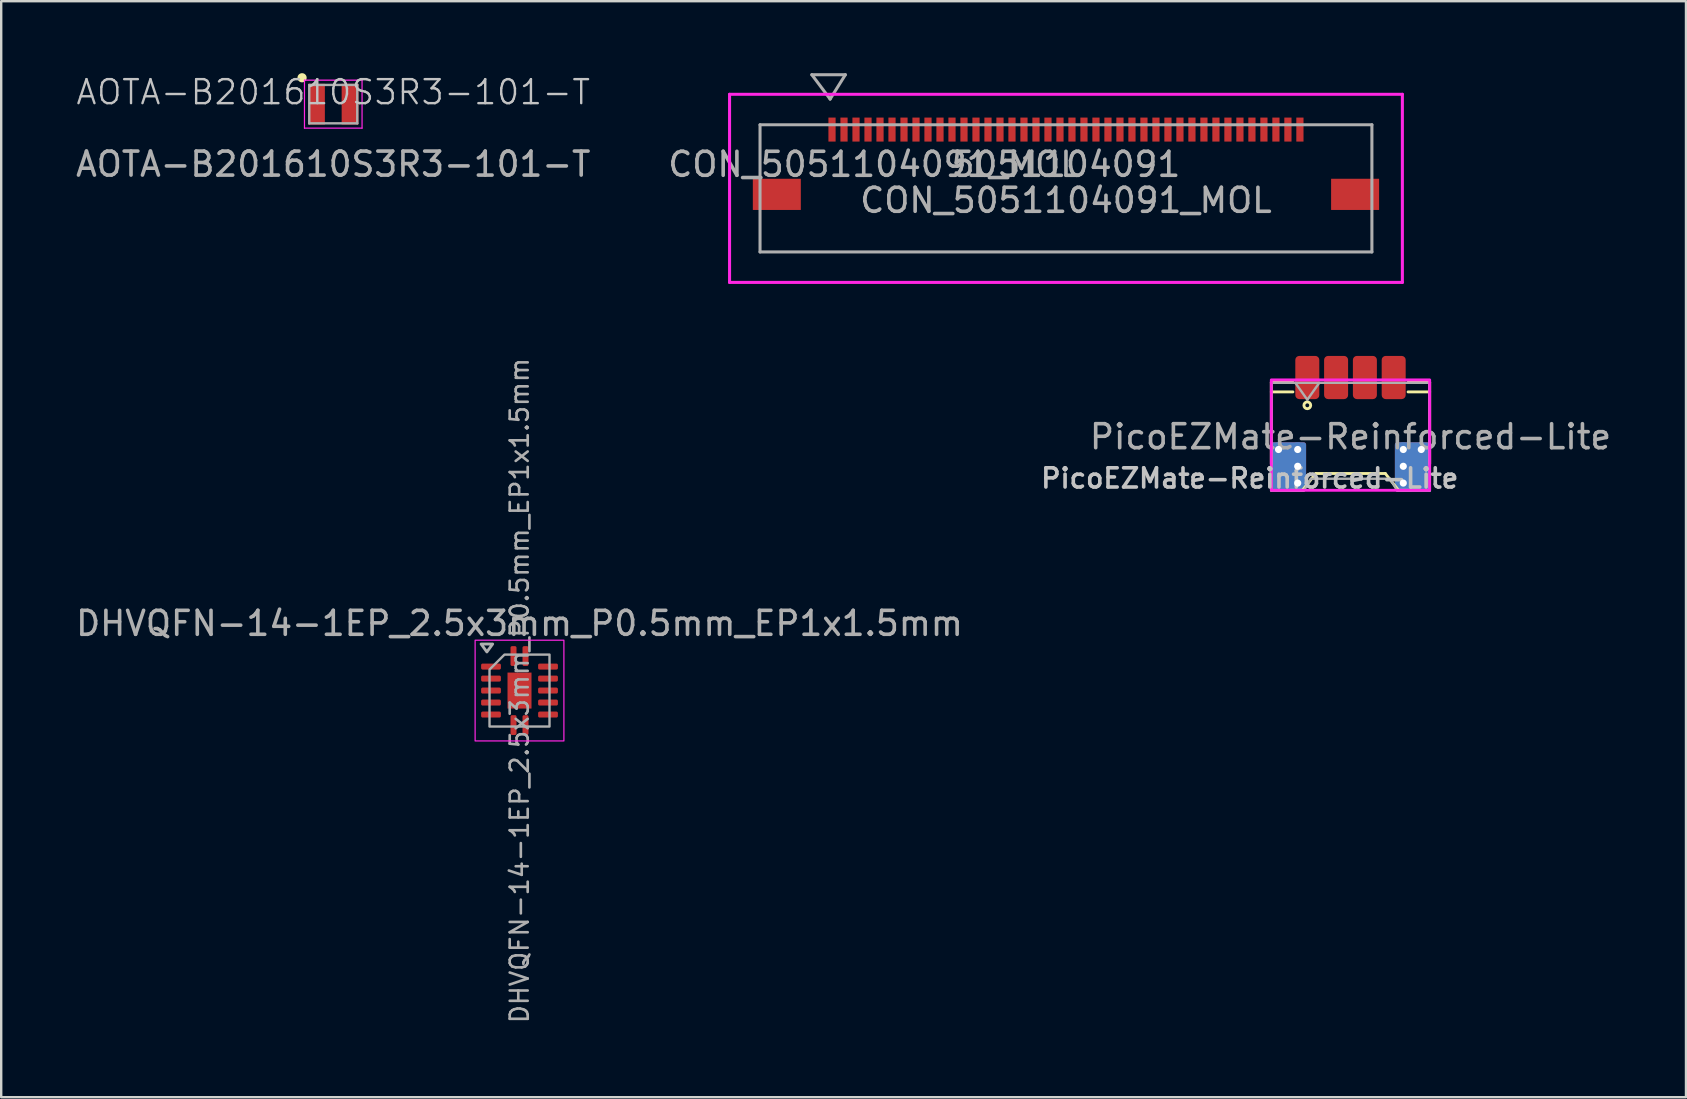
<source format=kicad_pcb>
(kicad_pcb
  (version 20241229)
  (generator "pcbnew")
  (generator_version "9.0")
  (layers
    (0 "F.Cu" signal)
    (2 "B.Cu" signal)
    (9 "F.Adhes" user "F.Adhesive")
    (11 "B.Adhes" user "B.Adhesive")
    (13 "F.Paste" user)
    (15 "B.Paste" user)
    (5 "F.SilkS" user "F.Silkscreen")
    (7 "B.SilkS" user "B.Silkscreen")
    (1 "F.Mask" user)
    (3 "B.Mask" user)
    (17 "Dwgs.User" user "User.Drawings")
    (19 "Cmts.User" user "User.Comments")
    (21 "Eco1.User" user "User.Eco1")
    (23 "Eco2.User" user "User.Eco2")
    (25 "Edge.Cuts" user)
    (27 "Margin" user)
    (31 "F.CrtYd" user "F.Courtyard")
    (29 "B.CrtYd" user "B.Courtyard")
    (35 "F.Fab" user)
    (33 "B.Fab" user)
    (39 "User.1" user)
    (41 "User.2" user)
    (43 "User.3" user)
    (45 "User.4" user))
  (footprint "PicoEZMate-Reinforced-Lite"
    (layer "F.Cu")
    (at 53.233 14.883)
    (property "Reference" "PicoEZMate-Reinforced-Lite" (at -4.2 2 0) (layer "Dwgs.User") (effects (font (size 0.8 0.8) (thickness 0.15))))
    (attr smd)
    (fp_line (start -3.3 -2) (end -3.3 1.4) (stroke (width 0.12) (type solid)) (layer "F.SilkS"))
    (fp_line (start -3.3 -2) (end -2.4 -2) (stroke (width 0.12) (type solid)) (layer "F.SilkS"))
    (fp_line (start -2.4 -1.6) (end -3.3 -1.6) (stroke (width 0.12) (type solid)) (layer "F.SilkS"))
    (fp_line (start -2 2.5) (end -2.5 2.5) (stroke (width 0.12) (type solid)) (layer "F.SilkS"))
    (fp_line (start -1.45 1.8) (end -2 2.5) (stroke (width 0.12) (type solid)) (layer "F.SilkS"))
    (fp_line (start 1.45 1.8) (end -1.45 1.8) (stroke (width 0.12) (type solid)) (layer "F.SilkS"))
    (fp_line (start 2 2.5) (end 1.45 1.8) (stroke (width 0.12) (type solid)) (layer "F.SilkS"))
    (fp_line (start 2 2.5) (end 2.5 2.5) (stroke (width 0.12) (type solid)) (layer "F.SilkS"))
    (fp_line (start 2.4 -2) (end 3.3 -2) (stroke (width 0.12) (type solid)) (layer "F.SilkS"))
    (fp_line (start 3.3 -2) (end 3.3 1.4) (stroke (width 0.12) (type solid)) (layer "F.SilkS"))
    (fp_line (start 3.3 -1.6) (end 2.4 -1.6) (stroke (width 0.12) (type solid)) (layer "F.SilkS"))
    (fp_circle (center -1.8 -1.041) (end -1.7 -1.141) (stroke (width 0.12) (type solid)) (fill no) (layer "F.SilkS"))
    (fp_rect (start -3.3 -2.1) (end 3.3 2.5) (stroke (width 0.12) (type solid)) (fill no) (layer "F.CrtYd"))
    (fp_line (start -3.3 -1.98) (end -3.3 2.52) (stroke (width 0.1) (type solid)) (layer "F.Fab"))
    (fp_line (start -3.3 -1.98) (end 3.3 -1.98) (stroke (width 0.1) (type solid)) (layer "F.Fab"))
    (fp_line (start -3.3 2.52) (end -1.95 2.52) (stroke (width 0.1) (type solid)) (layer "F.Fab"))
    (fp_line (start -2.3 -1.98) (end -1.8 -1.273) (stroke (width 0.1) (type solid)) (layer "F.Fab"))
    (fp_line (start -1.95 2.52) (end -1.65 2.02) (stroke (width 0.1) (type solid)) (layer "F.Fab"))
    (fp_line (start -1.8 -1.273) (end -1.3 -1.98) (stroke (width 0.1) (type solid)) (layer "F.Fab"))
    (fp_line (start -1.65 2.02) (end 1.65 2.02) (stroke (width 0.1) (type solid)) (layer "F.Fab"))
    (fp_line (start 1.65 2.02) (end 1.95 2.52) (stroke (width 0.1) (type solid)) (layer "F.Fab"))
    (fp_line (start 1.95 2.52) (end 3.3 2.52) (stroke (width 0.1) (type solid)) (layer "F.Fab"))
    (fp_line (start 3.3 -1.98) (end 3.3 2.52) (stroke (width 0.1) (type solid)) (layer "F.Fab"))
    (fp_text user "${REFERENCE}" (at 0 0.27 0) (layer "F.Fab") (effects (font (size 1 1) (thickness 0.15))))
    (pad "" smd roundrect (at -2.95 2) (size 0.7 1) (layers "F.Mask" "F.Paste") (roundrect_rratio 0.143))
    (pad "" smd roundrect (at -1.8 -2) (size 0.75 1.2) (layers "F.Mask" "F.Paste") (roundrect_rratio 0.167))
    (pad "" smd roundrect (at -0.6 -2) (size 0.75 1.2) (layers "F.Mask" "F.Paste") (roundrect_rratio 0.167))
    (pad "" smd roundrect (at 0.6 -2) (size 0.75 1.2) (layers "F.Mask" "F.Paste") (roundrect_rratio 0.167))
    (pad "" smd roundrect (at 1.8 -2) (size 0.75 1.2) (layers "F.Mask" "F.Paste") (roundrect_rratio 0.167))
    (pad "" smd roundrect (at 2.95 2) (size 0.7 1) (layers "F.Mask" "F.Paste") (roundrect_rratio 0.143))
    (pad "1" smd roundrect (at -1.8 -2.2) (size 1 1.8) (layers "F.Cu") (roundrect_rratio 0.167))
    (pad "2" smd roundrect (at -0.6 -2.2) (size 1 1.8) (layers "F.Cu") (roundrect_rratio 0.167))
    (pad "3" smd roundrect (at 0.6 -2.2) (size 1 1.8) (layers "F.Cu") (roundrect_rratio 0.167))
    (pad "4" smd roundrect (at 1.8 -2.2) (size 1 1.8) (layers "F.Cu") (roundrect_rratio 0.167))
    (pad "MP" thru_hole circle (at -3 0.8) (size 0.6 0.6) (drill 0.3) (layers "*.Cu"))
    (pad "MP" smd roundrect (at -2.575 1.5) (size 1.45 2) (layers "F.Cu") (roundrect_rratio 0.069))
    (pad "MP" smd roundrect (at -2.575 1.5) (size 1.45 2) (layers "B.Cu") (roundrect_rratio 0.069))
    (pad "MP" thru_hole circle (at -2.2 0.8) (size 0.6 0.6) (drill 0.3) (layers "*.Cu"))
    (pad "MP" thru_hole circle (at -2.2 1.5) (size 0.6 0.6) (drill 0.3) (layers "*.Cu"))
    (pad "MP" thru_hole circle (at -2.2 2.2) (size 0.6 0.6) (drill 0.3) (layers "*.Cu"))
    (pad "MP" thru_hole circle (at 2.2 0.8) (size 0.6 0.6) (drill 0.3) (layers "*.Cu"))
    (pad "MP" thru_hole circle (at 2.2 1.5) (size 0.6 0.6) (drill 0.3) (layers "*.Cu"))
    (pad "MP" thru_hole circle (at 2.2 2.2) (size 0.6 0.6) (drill 0.3) (layers "*.Cu"))
    (pad "MP" smd roundrect (at 2.575 1.5) (size 1.45 2) (layers "F.Cu") (roundrect_rratio 0.069))
    (pad "MP" smd roundrect (at 2.575 1.5) (size 1.45 2) (layers "B.Cu") (roundrect_rratio 0.069))
    (pad "MP" thru_hole circle (at 2.95 0.8) (size 0.6 0.6) (drill 0.3) (layers "*.Cu")))
  (footprint "DHVQFN-14-1EP_2.5x3mm_P0.5mm_EP1x1.5mm"
    (layer "F.Cu")
    (at 18.601 25.73)
    (property "Reference" "DHVQFN-14-1EP_2.5x3mm_P0.5mm_EP1x1.5mm" (at 0 -2.8 0) (layer "F.Fab") (effects (font (size 1 1) (thickness 0.15))))
    (attr smd)
    (fp_rect (start -1.85 -2.1) (end 1.85 2.1) (stroke (width 0.05) (type solid)) (fill no) (layer "F.CrtYd"))
    (fp_poly (pts (xy -1.36 -1.61) (xy -1.6 -1.94) (xy -1.12 -1.94)) (stroke (width 0.12) (type solid)) (fill no) (layer "F.Fab"))
    (fp_poly (pts (xy -1.25 -0.875) (xy -1.25 1.5) (xy 1.25 1.5) (xy 1.25 -1.5) (xy -0.625 -1.5)) (stroke (width 0.1) (type solid)) (fill no) (layer "F.Fab"))
    (fp_text user "${REFERENCE}" (at 0 0 90) (layer "F.Fab") (effects (font (size 0.75 0.75) (thickness 0.11))))
    (pad "" smd roundrect (at 0 0) (size 0.81 1.21) (layers "F.Paste") (roundrect_rratio 0.25))
    (pad "1" smd roundrect (at -0.25 -1.438) (size 0.25 0.825) (layers "F.Cu" "F.Mask" "F.Paste") (roundrect_rratio 0.25))
    (pad "2" smd roundrect (at -1.188 -1) (size 0.825 0.25) (layers "F.Cu" "F.Mask" "F.Paste") (roundrect_rratio 0.25))
    (pad "3" smd roundrect (at -1.188 -0.5) (size 0.825 0.25) (layers "F.Cu" "F.Mask" "F.Paste") (roundrect_rratio 0.25))
    (pad "4" smd roundrect (at -1.188 0) (size 0.825 0.25) (layers "F.Cu" "F.Mask" "F.Paste") (roundrect_rratio 0.25))
    (pad "5" smd roundrect (at -1.188 0.5) (size 0.825 0.25) (layers "F.Cu" "F.Mask" "F.Paste") (roundrect_rratio 0.25))
    (pad "6" smd roundrect (at -1.188 1) (size 0.825 0.25) (layers "F.Cu" "F.Mask" "F.Paste") (roundrect_rratio 0.25))
    (pad "7" smd roundrect (at -0.25 1.438) (size 0.25 0.825) (layers "F.Cu" "F.Mask" "F.Paste") (roundrect_rratio 0.25))
    (pad "8" smd roundrect (at 0.25 1.438) (size 0.25 0.825) (layers "F.Cu" "F.Mask" "F.Paste") (roundrect_rratio 0.25))
    (pad "9" smd roundrect (at 1.188 1) (size 0.825 0.25) (layers "F.Cu" "F.Mask" "F.Paste") (roundrect_rratio 0.25))
    (pad "10" smd roundrect (at 1.188 0.5) (size 0.825 0.25) (layers "F.Cu" "F.Mask" "F.Paste") (roundrect_rratio 0.25))
    (pad "11" smd roundrect (at 1.188 0) (size 0.825 0.25) (layers "F.Cu" "F.Mask" "F.Paste") (roundrect_rratio 0.25))
    (pad "12" smd roundrect (at 1.188 -0.5) (size 0.825 0.25) (layers "F.Cu" "F.Mask" "F.Paste") (roundrect_rratio 0.25))
    (pad "13" smd roundrect (at 1.188 -1) (size 0.825 0.25) (layers "F.Cu" "F.Mask" "F.Paste") (roundrect_rratio 0.25))
    (pad "14" smd roundrect (at 0.25 -1.438) (size 0.25 0.825) (layers "F.Cu" "F.Mask" "F.Paste") (roundrect_rratio 0.25))
    (pad "15" smd rect (at 0 0) (size 1 1.5) (property pad_prop_heatsink) (layers "F.Cu" "F.Mask")))
  (footprint "CON_5051104091_MOL"
    (layer "F.Cu")
    (at 41.375 4.8)
    (property "Reference" "CON_5051104091_MOL" (at -8 -1 0) (unlocked yes) (layer "F.Fab") (effects (font (size 1 1) (thickness 0.15))))
    (attr smd)
    (fp_line (start -14.02 -3.92) (end -14.02 3.92) (stroke (width 0.127) (type solid)) (layer "F.CrtYd"))
    (fp_line (start -14.02 3.92) (end 14.02 3.92) (stroke (width 0.127) (type solid)) (layer "F.CrtYd"))
    (fp_line (start 14.02 -3.92) (end -14.02 -3.92) (stroke (width 0.127) (type solid)) (layer "F.CrtYd"))
    (fp_line (start 14.02 3.92) (end 14.02 -3.92) (stroke (width 0.127) (type solid)) (layer "F.CrtYd"))
    (fp_line (start -12.75 -2.65) (end -12.75 2.65) (stroke (width 0.127) (type solid)) (layer "F.Fab"))
    (fp_line (start -12.75 2.65) (end 12.75 2.65) (stroke (width 0.127) (type solid)) (layer "F.Fab"))
    (fp_line (start -10.591 -4.736) (end -9.829 -3.72) (stroke (width 0.127) (type solid)) (layer "F.Fab"))
    (fp_line (start -10.591 -4.736) (end -9.194 -4.736) (stroke (width 0.127) (type solid)) (layer "F.Fab"))
    (fp_line (start -9.194 -4.736) (end -9.829 -3.72) (stroke (width 0.127) (type solid)) (layer "F.Fab"))
    (fp_line (start 12.75 -2.65) (end -12.75 -2.65) (stroke (width 0.127) (type solid)) (layer "F.Fab"))
    (fp_line (start 12.75 2.65) (end 12.75 -2.65) (stroke (width 0.127) (type solid)) (layer "F.Fab"))
    (fp_text user "5051104091" (at 0 -1 0) (unlocked yes) (layer "F.Fab") (effects (font (size 1 1) (thickness 0.15))))
    (fp_text user "${REFERENCE}" (at 0 0.5 0) (unlocked yes) (layer "F.Fab") (effects (font (size 1 1) (thickness 0.15))))
    (pad "1" smd rect (at -9.75 -2.45) (size 0.3 1) (layers "F.Cu" "F.Mask" "F.Paste"))
    (pad "2" smd rect (at -9.25 -2.45) (size 0.3 1) (layers "F.Cu" "F.Mask" "F.Paste"))
    (pad "3" smd rect (at -8.75 -2.45) (size 0.3 1) (layers "F.Cu" "F.Mask" "F.Paste"))
    (pad "4" smd rect (at -8.25 -2.45) (size 0.3 1) (layers "F.Cu" "F.Mask" "F.Paste"))
    (pad "5" smd rect (at -7.75 -2.45) (size 0.3 1) (layers "F.Cu" "F.Mask" "F.Paste"))
    (pad "6" smd rect (at -7.25 -2.45) (size 0.3 1) (layers "F.Cu" "F.Mask" "F.Paste"))
    (pad "7" smd rect (at -6.75 -2.45) (size 0.3 1) (layers "F.Cu" "F.Mask" "F.Paste"))
    (pad "8" smd rect (at -6.25 -2.45) (size 0.3 1) (layers "F.Cu" "F.Mask" "F.Paste"))
    (pad "9" smd rect (at -5.75 -2.45) (size 0.3 1) (layers "F.Cu" "F.Mask" "F.Paste"))
    (pad "10" smd rect (at -5.25 -2.45) (size 0.3 1) (layers "F.Cu" "F.Mask" "F.Paste"))
    (pad "11" smd rect (at -4.75 -2.45) (size 0.3 1) (layers "F.Cu" "F.Mask" "F.Paste"))
    (pad "12" smd rect (at -4.25 -2.45) (size 0.3 1) (layers "F.Cu" "F.Mask" "F.Paste"))
    (pad "13" smd rect (at -3.75 -2.45) (size 0.3 1) (layers "F.Cu" "F.Mask" "F.Paste"))
    (pad "14" smd rect (at -3.25 -2.45) (size 0.3 1) (layers "F.Cu" "F.Mask" "F.Paste"))
    (pad "15" smd rect (at -2.75 -2.45) (size 0.3 1) (layers "F.Cu" "F.Mask" "F.Paste"))
    (pad "16" smd rect (at -2.25 -2.45) (size 0.3 1) (layers "F.Cu" "F.Mask" "F.Paste"))
    (pad "17" smd rect (at -1.75 -2.45) (size 0.3 1) (layers "F.Cu" "F.Mask" "F.Paste"))
    (pad "18" smd rect (at -1.25 -2.45) (size 0.3 1) (layers "F.Cu" "F.Mask" "F.Paste"))
    (pad "19" smd rect (at -0.75 -2.45) (size 0.3 1) (layers "F.Cu" "F.Mask" "F.Paste"))
    (pad "20" smd rect (at -0.25 -2.45) (size 0.3 1) (layers "F.Cu" "F.Mask" "F.Paste"))
    (pad "21" smd rect (at 0.25 -2.45) (size 0.3 1) (layers "F.Cu" "F.Mask" "F.Paste"))
    (pad "22" smd rect (at 0.75 -2.45) (size 0.3 1) (layers "F.Cu" "F.Mask" "F.Paste"))
    (pad "23" smd rect (at 1.25 -2.45) (size 0.3 1) (layers "F.Cu" "F.Mask" "F.Paste"))
    (pad "24" smd rect (at 1.75 -2.45) (size 0.3 1) (layers "F.Cu" "F.Mask" "F.Paste"))
    (pad "25" smd rect (at 2.25 -2.45) (size 0.3 1) (layers "F.Cu" "F.Mask" "F.Paste"))
    (pad "26" smd rect (at 2.75 -2.45) (size 0.3 1) (layers "F.Cu" "F.Mask" "F.Paste"))
    (pad "27" smd rect (at 3.25 -2.45) (size 0.3 1) (layers "F.Cu" "F.Mask" "F.Paste"))
    (pad "28" smd rect (at 3.75 -2.45) (size 0.3 1) (layers "F.Cu" "F.Mask" "F.Paste"))
    (pad "29" smd rect (at 4.25 -2.45) (size 0.3 1) (layers "F.Cu" "F.Mask" "F.Paste"))
    (pad "30" smd rect (at 4.75 -2.45) (size 0.3 1) (layers "F.Cu" "F.Mask" "F.Paste"))
    (pad "31" smd rect (at 5.25 -2.45) (size 0.3 1) (layers "F.Cu" "F.Mask" "F.Paste"))
    (pad "32" smd rect (at 5.75 -2.45) (size 0.3 1) (layers "F.Cu" "F.Mask" "F.Paste"))
    (pad "33" smd rect (at 6.25 -2.45) (size 0.3 1) (layers "F.Cu" "F.Mask" "F.Paste"))
    (pad "34" smd rect (at 6.75 -2.45) (size 0.3 1) (layers "F.Cu" "F.Mask" "F.Paste"))
    (pad "35" smd rect (at 7.25 -2.45) (size 0.3 1) (layers "F.Cu" "F.Mask" "F.Paste"))
    (pad "36" smd rect (at 7.75 -2.45) (size 0.3 1) (layers "F.Cu" "F.Mask" "F.Paste"))
    (pad "37" smd rect (at 8.25 -2.45) (size 0.3 1) (layers "F.Cu" "F.Mask" "F.Paste"))
    (pad "38" smd rect (at 8.75 -2.45) (size 0.3 1) (layers "F.Cu" "F.Mask" "F.Paste"))
    (pad "39" smd rect (at 9.25 -2.45) (size 0.3 1) (layers "F.Cu" "F.Mask" "F.Paste"))
    (pad "40" smd rect (at 9.75 -2.45) (size 0.3 1) (layers "F.Cu" "F.Mask" "F.Paste"))
    (pad "P1" smd rect (at -12.05 0.25) (size 2 1.3) (layers "F.Cu" "F.Mask" "F.Paste"))
    (pad "P2" smd rect (at 12.05 0.25) (size 2 1.3) (layers "F.Cu" "F.Mask" "F.Paste")))
  (footprint "AOTA-B201610S3R3-101-T"
    (layer "F.Cu")
    (at 10.839 1.291)
    (property "Reference" "AOTA-B201610S3R3-101-T" (at 0 -0.5 0) (unlocked yes) (layer "Dwgs.User") (effects (font (size 1 1) (thickness 0.1))))
    (attr smd)
    (fp_circle (center -1.3 -1.1) (end -1.2 -1) (stroke (width 0.1) (type solid)) (fill yes) (layer "F.SilkS"))
    (fp_line (start -1.2 -1) (end -1.2 1) (stroke (width 0.05) (type solid)) (layer "F.CrtYd"))
    (fp_line (start -1.2 1) (end 1.2 1) (stroke (width 0.05) (type solid)) (layer "F.CrtYd"))
    (fp_line (start 1.2 -1) (end -1.2 -1) (stroke (width 0.05) (type solid)) (layer "F.CrtYd"))
    (fp_line (start 1.2 1) (end 1.2 -1) (stroke (width 0.05) (type solid)) (layer "F.CrtYd"))
    (fp_line (start -1 -0.8) (end -1 0.8) (stroke (width 0.1) (type solid)) (layer "F.Fab"))
    (fp_line (start -1 0.8) (end 1 0.8) (stroke (width 0.1) (type solid)) (layer "F.Fab"))
    (fp_line (start 1 -0.8) (end -1 -0.8) (stroke (width 0.1) (type solid)) (layer "F.Fab"))
    (fp_line (start 1 0.8) (end 1 -0.8) (stroke (width 0.1) (type solid)) (layer "F.Fab"))
    (fp_text user "${REFERENCE}" (at 0 2.5 0) (unlocked yes) (layer "F.Fab") (effects (font (size 1 1) (thickness 0.15))))
    (pad "1" smd rect (at -0.7 0) (size 0.7 1.7) (layers "F.Cu" "F.Mask" "F.Paste"))
    (pad "2" smd rect (at 0.7 0) (size 0.7 1.7) (layers "F.Cu" "F.Mask" "F.Paste")))
  (gr_rect
    (start -3 -3)
    (end 67.215 42.677)
    (stroke (width 0.1) (type default))
    (fill no)
    (layer "Edge.Cuts")))
</source>
